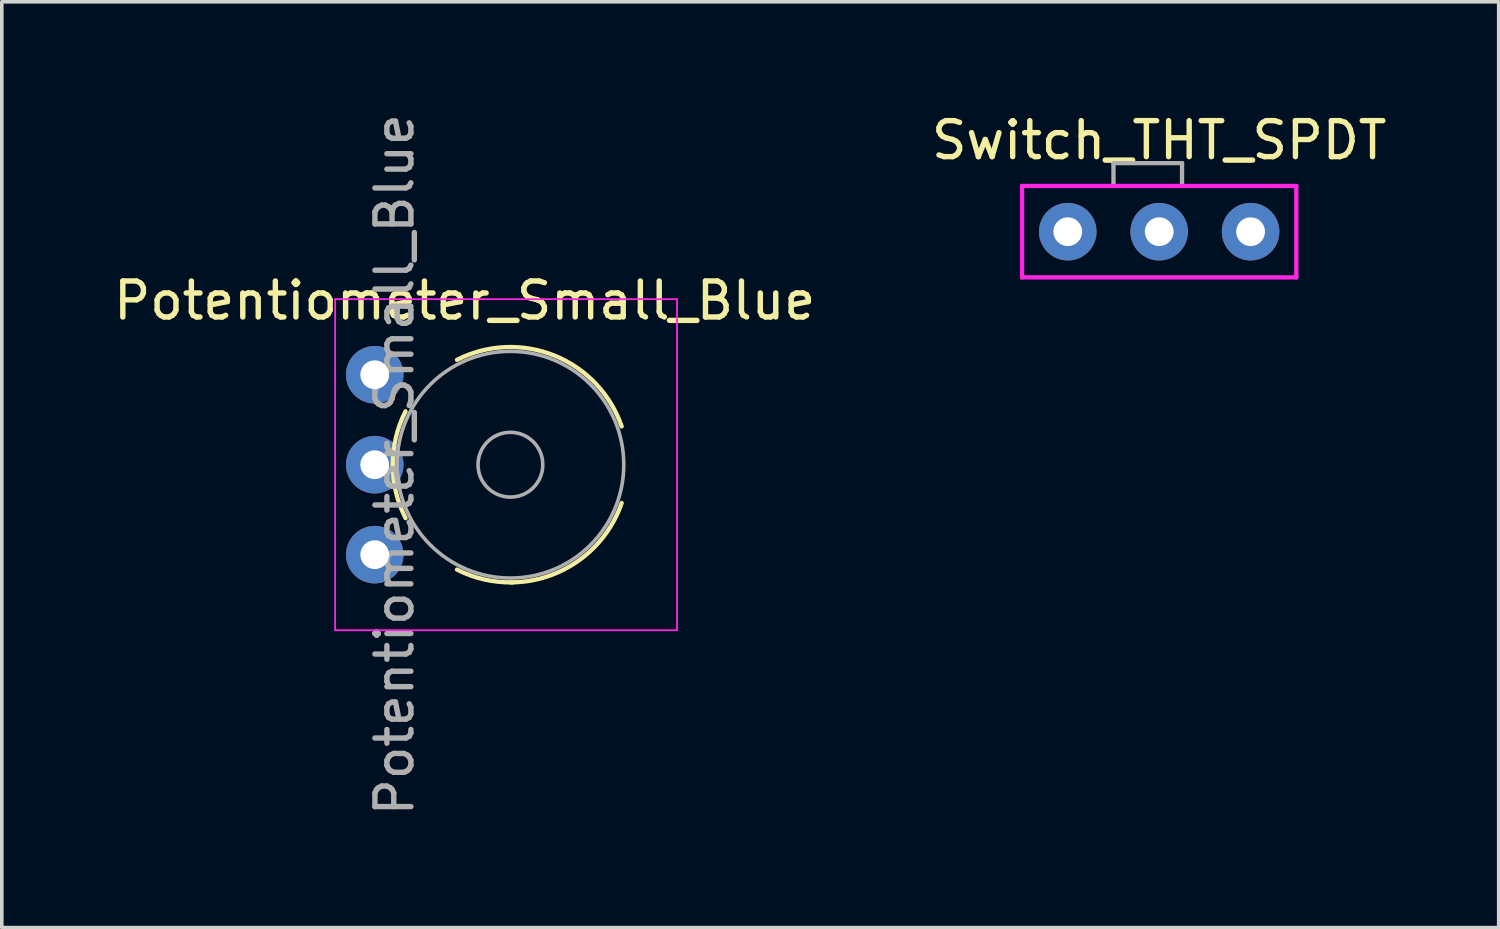
<source format=kicad_pcb>
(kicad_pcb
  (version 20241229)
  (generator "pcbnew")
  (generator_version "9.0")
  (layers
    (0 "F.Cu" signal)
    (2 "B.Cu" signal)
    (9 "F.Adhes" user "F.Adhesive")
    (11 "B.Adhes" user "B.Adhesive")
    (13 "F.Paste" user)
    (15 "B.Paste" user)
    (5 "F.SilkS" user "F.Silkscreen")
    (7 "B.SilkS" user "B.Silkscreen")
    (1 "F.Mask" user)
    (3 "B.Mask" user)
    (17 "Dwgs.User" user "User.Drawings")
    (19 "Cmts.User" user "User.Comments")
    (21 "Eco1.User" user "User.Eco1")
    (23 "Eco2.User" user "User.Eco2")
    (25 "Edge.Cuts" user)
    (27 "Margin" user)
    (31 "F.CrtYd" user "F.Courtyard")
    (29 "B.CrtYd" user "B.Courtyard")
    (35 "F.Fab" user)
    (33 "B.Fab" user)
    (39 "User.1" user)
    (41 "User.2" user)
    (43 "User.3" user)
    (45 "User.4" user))
  (footprint "Potentiometer_Small_Blue"
    (layer "F.Cu")
    (at 7.363 12.363)
    (property "Reference" "Potentiometer_Small_Blue" (at 2.5 -7.06 0) (layer "F.SilkS") (effects (font (size 1 1) (thickness 0.15))))
    (attr through_hole)
    (fp_arc (start 0.856613 -1.014798) (mid 0.499886 -2.499325) (end 0.856 -3.984) (stroke (width 0.12) (type solid)) (layer "F.SilkS"))
    (fp_arc (start 2.286032 -5.413829) (mid 4.995524 -5.531609) (end 6.862 -3.564) (stroke (width 0.12) (type solid)) (layer "F.SilkS"))
    (fp_arc (start 3.826863 0.770075) (mid 3.034071 0.686696) (end 2.285 0.414) (stroke (width 0.12) (type solid)) (layer "F.SilkS"))
    (fp_arc (start 6.861846 -1.435392) (mid 5.668899 0.162158) (end 3.77 0.77) (stroke (width 0.12) (type solid)) (layer "F.SilkS"))
    (fp_line (start -1.1 -7.1) (end -1.1 2.1) (stroke (width 0.05) (type solid)) (layer "F.CrtYd"))
    (fp_line (start -1.1 2.1) (end 8.4 2.1) (stroke (width 0.05) (type solid)) (layer "F.CrtYd"))
    (fp_line (start 8.4 -7.1) (end -1.1 -7.1) (stroke (width 0.05) (type solid)) (layer "F.CrtYd"))
    (fp_line (start 8.4 2.1) (end 8.4 -7.1) (stroke (width 0.05) (type solid)) (layer "F.CrtYd"))
    (fp_circle (center 3.77 -2.5) (end 4.67 -2.5) (stroke (width 0.1) (type solid)) (fill no) (layer "F.Fab"))
    (fp_circle (center 3.77 -2.5) (end 6.92 -2.5) (stroke (width 0.1) (type solid)) (fill no) (layer "F.Fab"))
    (fp_text user "${REFERENCE}" (at 0.55 -2.5 90) (layer "F.Fab") (effects (font (size 1 1) (thickness 0.15))))
    (pad "1" thru_hole circle (at 0 0) (size 1.6 1.6) (drill 0.8) (layers "*.Cu" "*.Mask"))
    (pad "2" thru_hole circle (at 0 -2.5) (size 1.6 1.6) (drill 0.8) (layers "*.Cu" "*.Mask"))
    (pad "3" thru_hole circle (at 0 -5) (size 1.6 1.6) (drill 0.8) (layers "*.Cu" "*.Mask")))
  (footprint "Switch_THT_SPDT"
    (layer "F.Cu")
    (at 29.161 3.388)
    (property "Reference" "Switch_THT_SPDT" (at 0 -2.54 0) (layer "F.SilkS") (effects (font (size 1 1) (thickness 0.15))))
    (attr through_hole)
    (fp_line (start -3.81 -1.27) (end -3.81 1.27) (stroke (width 0.12) (type solid)) (layer "F.CrtYd"))
    (fp_line (start -3.81 1.27) (end 3.81 1.27) (stroke (width 0.12) (type solid)) (layer "F.CrtYd"))
    (fp_line (start 3.81 -1.27) (end -3.81 -1.27) (stroke (width 0.12) (type solid)) (layer "F.CrtYd"))
    (fp_line (start 3.81 1.27) (end 3.81 -1.27) (stroke (width 0.12) (type solid)) (layer "F.CrtYd"))
    (fp_line (start -1.27 -1.905) (end 0.635 -1.905) (stroke (width 0.12) (type solid)) (layer "F.Fab"))
    (fp_line (start -1.27 -1.27) (end -1.27 -1.905) (stroke (width 0.12) (type solid)) (layer "F.Fab"))
    (fp_line (start 0.635 -1.905) (end 0.635 -1.27) (stroke (width 0.12) (type solid)) (layer "F.Fab"))
    (pad "1" thru_hole circle (at -2.54 0) (size 1.6 1.6) (drill 0.8) (layers "*.Cu" "*.Mask"))
    (pad "2" thru_hole circle (at 0 0) (size 1.6 1.6) (drill 0.8) (layers "*.Cu" "*.Mask"))
    (pad "3" thru_hole circle (at 2.54 0) (size 1.6 1.6) (drill 0.8) (layers "*.Cu" "*.Mask")))
  (gr_rect
    (start -3 -3)
    (end 38.595 22.726)
    (stroke (width 0.1) (type default))
    (fill no)
    (layer "Edge.Cuts")))
</source>
